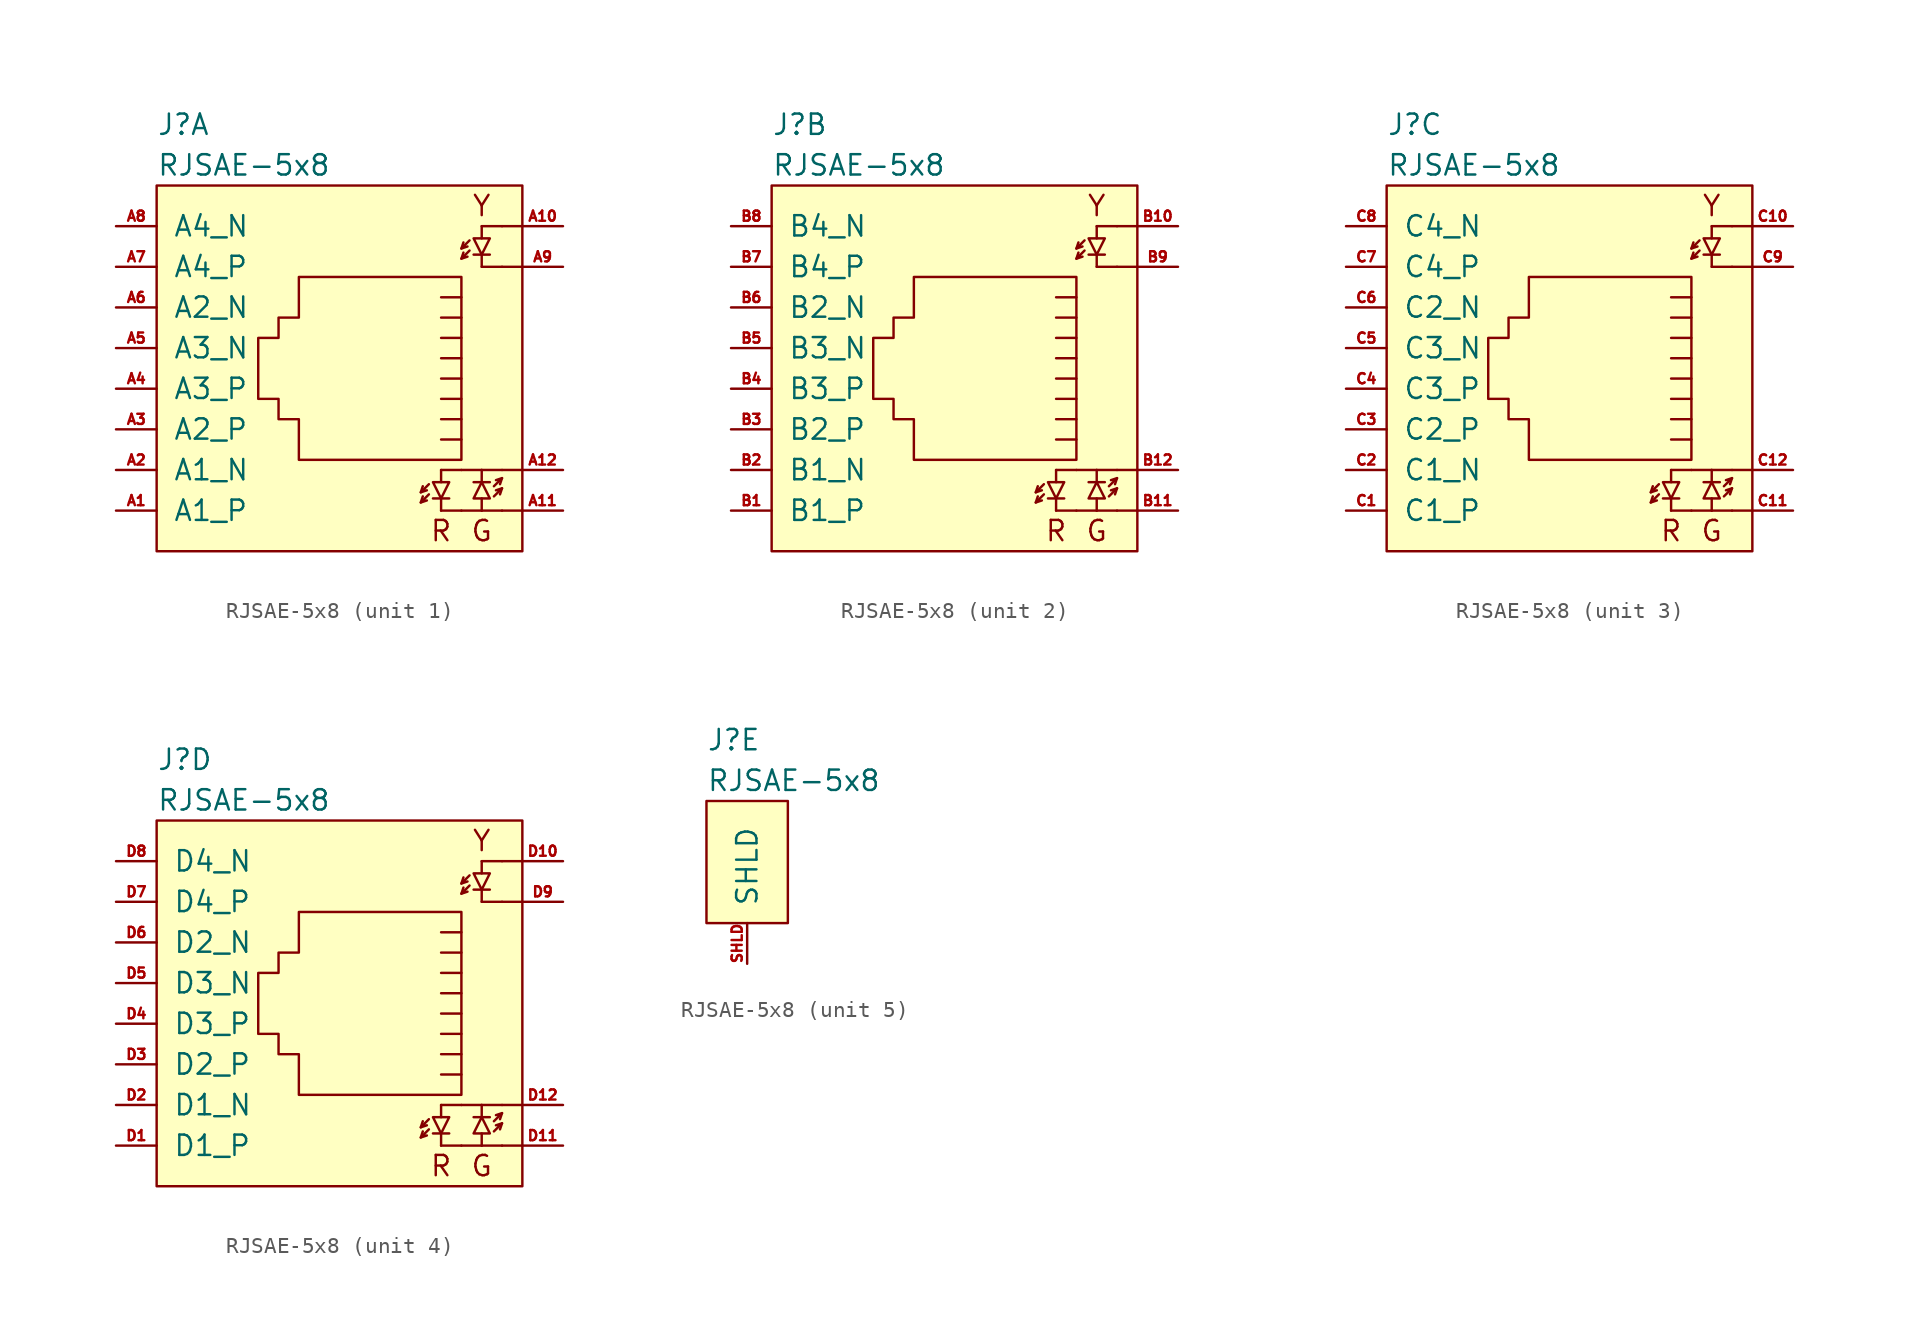
<source format=kicad_sym>
(kicad_symbol_lib
  (version 20211014)
  (generator kicad_symbol_editor)
  (symbol "RJSAE-5x8"
    (pin_names
      (offset 1.016))
    (property "Reference" "J"
      (at 0 3.81 0)
      (effects (font (size 1.27 1.27)) (justify left)))
    (property "Value" "RJSAE-5x8"
      (at 0 1.27 0)
      (effects (font (size 1.27 1.27)) (justify left)))
    (property "ki_locked" ""
      (at 0 0 0)
      (effects (font (size 1.27 1.27))))
    (symbol "RJSAE-5x8_1_1"
      (polyline (pts (xy 16.51 -19.812) (xy 16.637 -19.431)) (stroke (width 0) (type default) (color 0 0 0 0)) (fill (type none)))
      (polyline (pts (xy 16.51 -19.177) (xy 16.637 -18.796)) (stroke (width 0) (type default) (color 0 0 0 0)) (fill (type none)))
      (polyline (pts (xy 17.78 -20.32) (xy 17.78 -19.558)) (stroke (width 0) (type default) (color 0 0 0 0)) (fill (type none)))
      (polyline (pts (xy 17.78 -17.78) (xy 17.78 -18.542)) (stroke (width 0) (type default) (color 0 0 0 0)) (fill (type none)))
      (polyline (pts (xy 17.78 -15.875) (xy 19.05 -15.875)) (stroke (width 0) (type default) (color 0 0 0 0)) (fill (type none)))
      (polyline (pts (xy 17.78 -14.605) (xy 19.05 -14.605)) (stroke (width 0) (type default) (color 0 0 0 0)) (fill (type none)))
      (polyline (pts (xy 18.288 -19.558) (xy 17.272 -19.558)) (stroke (width 0) (type default) (color 0 0 0 0)) (fill (type none)))
      (polyline (pts (xy 19.05 -20.32) (xy 17.78 -20.32)) (stroke (width 0) (type default) (color 0 0 0 0)) (fill (type none)))
      (polyline (pts (xy 19.05 -20.32) (xy 20.32 -20.32)) (stroke (width 0) (type default) (color 0 0 0 0)) (fill (type none)))
      (polyline (pts (xy 19.05 -17.78) (xy 17.78 -17.78)) (stroke (width 0) (type default) (color 0 0 0 0)) (fill (type none)))
      (polyline (pts (xy 19.05 -17.78) (xy 20.32 -17.78)) (stroke (width 0) (type default) (color 0 0 0 0)) (fill (type none)))
      (polyline (pts (xy 19.05 -4.572) (xy 19.177 -4.191)) (stroke (width 0) (type default) (color 0 0 0 0)) (fill (type none)))
      (polyline (pts (xy 19.05 -3.937) (xy 19.177 -3.556)) (stroke (width 0) (type default) (color 0 0 0 0)) (fill (type none)))
      (polyline (pts (xy 19.812 -18.542) (xy 20.828 -18.542)) (stroke (width 0) (type default) (color 0 0 0 0)) (fill (type none)))
      (polyline (pts (xy 20.32 -20.32) (xy 20.32 -19.558)) (stroke (width 0) (type default) (color 0 0 0 0)) (fill (type none)))
      (polyline (pts (xy 20.32 -17.78) (xy 20.32 -18.542)) (stroke (width 0) (type default) (color 0 0 0 0)) (fill (type none)))
      (polyline (pts (xy 20.32 -5.08) (xy 20.32 -4.318)) (stroke (width 0) (type default) (color 0 0 0 0)) (fill (type none)))
      (polyline (pts (xy 20.32 -2.54) (xy 20.32 -3.302)) (stroke (width 0) (type default) (color 0 0 0 0)) (fill (type none)))
      (polyline (pts (xy 20.828 -4.318) (xy 19.812 -4.318)) (stroke (width 0) (type default) (color 0 0 0 0)) (fill (type none)))
      (polyline (pts (xy 21.59 -20.32) (xy 20.32 -20.32)) (stroke (width 0) (type default) (color 0 0 0 0)) (fill (type none)))
      (polyline (pts (xy 21.59 -18.923) (xy 21.463 -19.304)) (stroke (width 0) (type default) (color 0 0 0 0)) (fill (type none)))
      (polyline (pts (xy 21.59 -18.288) (xy 21.463 -18.669)) (stroke (width 0) (type default) (color 0 0 0 0)) (fill (type none)))
      (polyline (pts (xy 21.59 -17.78) (xy 20.32 -17.78)) (stroke (width 0) (type default) (color 0 0 0 0)) (fill (type none)))
      (polyline (pts (xy 21.59 -5.08) (xy 20.32 -5.08)) (stroke (width 0) (type default) (color 0 0 0 0)) (fill (type none)))
      (polyline (pts (xy 21.59 -2.54) (xy 20.32 -2.54)) (stroke (width 0) (type default) (color 0 0 0 0)) (fill (type none)))
      (polyline (pts (xy 22.86 -20.32) (xy 21.59 -20.32)) (stroke (width 0) (type default) (color 0 0 0 0)) (fill (type none)))
      (polyline (pts (xy 22.86 -17.78) (xy 21.59 -17.78)) (stroke (width 0) (type default) (color 0 0 0 0)) (fill (type none)))
      (polyline (pts (xy 22.86 -5.08) (xy 21.59 -5.08)) (stroke (width 0) (type default) (color 0 0 0 0)) (fill (type none)))
      (polyline (pts (xy 22.86 -2.54) (xy 21.59 -2.54)) (stroke (width 0) (type default) (color 0 0 0 0)) (fill (type none)))
      (polyline (pts (xy 17.018 -19.304) (xy 16.51 -19.812) (xy 16.891 -19.685)) (stroke (width 0) (type default) (color 0 0 0 0)) (fill (type none)))
      (polyline (pts (xy 17.018 -18.669) (xy 16.51 -19.177) (xy 16.891 -19.05)) (stroke (width 0) (type default) (color 0 0 0 0)) (fill (type none)))
      (polyline (pts (xy 17.78 -13.335) (xy 19.05 -13.335) (xy 19.05 -13.335)) (stroke (width 0) (type default) (color 0 0 0 0)) (fill (type none)))
      (polyline (pts (xy 19.05 -12.065) (xy 17.78 -12.065) (xy 17.78 -12.065)) (stroke (width 0) (type default) (color 0 0 0 0)) (fill (type none)))
      (polyline (pts (xy 19.05 -10.795) (xy 17.78 -10.795) (xy 17.78 -10.795)) (stroke (width 0) (type default) (color 0 0 0 0)) (fill (type none)))
      (polyline (pts (xy 19.05 -9.525) (xy 17.78 -9.525) (xy 17.78 -9.525)) (stroke (width 0) (type default) (color 0 0 0 0)) (fill (type none)))
      (polyline (pts (xy 19.05 -8.255) (xy 17.78 -8.255) (xy 17.78 -8.255)) (stroke (width 0) (type default) (color 0 0 0 0)) (fill (type none)))
      (polyline (pts (xy 19.05 -6.985) (xy 17.78 -6.985) (xy 17.78 -6.985)) (stroke (width 0) (type default) (color 0 0 0 0)) (fill (type none)))
      (polyline (pts (xy 19.558 -4.064) (xy 19.05 -4.572) (xy 19.431 -4.445)) (stroke (width 0) (type default) (color 0 0 0 0)) (fill (type none)))
      (polyline (pts (xy 19.558 -3.429) (xy 19.05 -3.937) (xy 19.431 -3.81)) (stroke (width 0) (type default) (color 0 0 0 0)) (fill (type none)))
      (polyline (pts (xy 21.082 -19.431) (xy 21.59 -18.923) (xy 21.209 -19.05)) (stroke (width 0) (type default) (color 0 0 0 0)) (fill (type none)))
      (polyline (pts (xy 21.082 -18.796) (xy 21.59 -18.288) (xy 21.209 -18.415)) (stroke (width 0) (type default) (color 0 0 0 0)) (fill (type none)))
      (polyline (pts (xy 17.78 -19.558) (xy 18.288 -18.542) (xy 17.272 -18.542) (xy 17.78 -19.558)) (stroke (width 0) (type default) (color 0 0 0 0)) (fill (type none)))
      (polyline (pts (xy 20.32 -18.542) (xy 19.812 -19.558) (xy 20.828 -19.558) (xy 20.32 -18.542)) (stroke (width 0) (type default) (color 0 0 0 0)) (fill (type none)))
      (polyline (pts (xy 20.32 -4.318) (xy 20.828 -3.302) (xy 19.812 -3.302) (xy 20.32 -4.318)) (stroke (width 0) (type default) (color 0 0 0 0)) (fill (type none)))
      (polyline (pts (xy 19.05 -5.715) (xy 19.05 -17.145) (xy 8.89 -17.145) (xy 8.89 -14.605) (xy 7.62 -14.605) (xy 7.62 -13.335) (xy 6.35 -13.335) (xy 6.35 -9.525) (xy 7.62 -9.525) (xy 7.62 -8.255) (xy 8.89 -8.255) (xy 8.89 -5.715) (xy 19.05 -5.715) (xy 19.05 -5.715)) (stroke (width 0) (type default) (color 0 0 0 0)) (fill (type none)))
      (rectangle (start 0 0) (end 22.86 -22.86) (stroke (width 0) (type default) (color 0 0 0 0)) (fill (type background)))
      (text "G" (at 20.32 -21.59 0) (effects (font (size 1.27 1.27))))
      (text "R" (at 17.78 -21.59 0) (effects (font (size 1.27 1.27))))
      (text "Y" (at 20.32 -1.27 0) (effects (font (size 1.27 1.27))))
      (pin bidirectional line (at -2.54 -20.32 0) (length 2.54) (name "A1_P" (effects (font (size 1.27 1.27)))) (number "A1" (effects (font (size 0.635 0.635)))))
      (pin bidirectional line (at 25.4 -2.54 180) (length 2.54) (name "~" (effects (font (size 1.27 1.27)))) (number "A10" (effects (font (size 0.635 0.635)))))
      (pin bidirectional line (at 25.4 -20.32 180) (length 2.54) (name "~" (effects (font (size 1.27 1.27)))) (number "A11" (effects (font (size 0.635 0.635)))))
      (pin bidirectional line (at 25.4 -17.78 180) (length 2.54) (name "~" (effects (font (size 1.27 1.27)))) (number "A12" (effects (font (size 0.635 0.635)))))
      (pin bidirectional line (at -2.54 -17.78 0) (length 2.54) (name "A1_N" (effects (font (size 1.27 1.27)))) (number "A2" (effects (font (size 0.635 0.635)))))
      (pin bidirectional line (at -2.54 -15.24 0) (length 2.54) (name "A2_P" (effects (font (size 1.27 1.27)))) (number "A3" (effects (font (size 0.635 0.635)))))
      (pin bidirectional line (at -2.54 -12.7 0) (length 2.54) (name "A3_P" (effects (font (size 1.27 1.27)))) (number "A4" (effects (font (size 0.635 0.635)))))
      (pin bidirectional line (at -2.54 -10.16 0) (length 2.54) (name "A3_N" (effects (font (size 1.27 1.27)))) (number "A5" (effects (font (size 0.635 0.635)))))
      (pin bidirectional line (at -2.54 -7.62 0) (length 2.54) (name "A2_N" (effects (font (size 1.27 1.27)))) (number "A6" (effects (font (size 0.635 0.635)))))
      (pin bidirectional line (at -2.54 -5.08 0) (length 2.54) (name "A4_P" (effects (font (size 1.27 1.27)))) (number "A7" (effects (font (size 0.635 0.635)))))
      (pin bidirectional line (at -2.54 -2.54 0) (length 2.54) (name "A4_N" (effects (font (size 1.27 1.27)))) (number "A8" (effects (font (size 0.635 0.635)))))
      (pin bidirectional line (at 25.4 -5.08 180) (length 2.54) (name "~" (effects (font (size 1.27 1.27)))) (number "A9" (effects (font (size 0.635 0.635))))))
    (symbol "RJSAE-5x8_2_1"
      (polyline (pts (xy 16.51 -19.812) (xy 16.637 -19.431)) (stroke (width 0) (type default) (color 0 0 0 0)) (fill (type none)))
      (polyline (pts (xy 16.51 -19.177) (xy 16.637 -18.796)) (stroke (width 0) (type default) (color 0 0 0 0)) (fill (type none)))
      (polyline (pts (xy 17.78 -20.32) (xy 17.78 -19.558)) (stroke (width 0) (type default) (color 0 0 0 0)) (fill (type none)))
      (polyline (pts (xy 17.78 -17.78) (xy 17.78 -18.542)) (stroke (width 0) (type default) (color 0 0 0 0)) (fill (type none)))
      (polyline (pts (xy 17.78 -15.875) (xy 19.05 -15.875)) (stroke (width 0) (type default) (color 0 0 0 0)) (fill (type none)))
      (polyline (pts (xy 17.78 -14.605) (xy 19.05 -14.605)) (stroke (width 0) (type default) (color 0 0 0 0)) (fill (type none)))
      (polyline (pts (xy 18.288 -19.558) (xy 17.272 -19.558)) (stroke (width 0) (type default) (color 0 0 0 0)) (fill (type none)))
      (polyline (pts (xy 19.05 -20.32) (xy 17.78 -20.32)) (stroke (width 0) (type default) (color 0 0 0 0)) (fill (type none)))
      (polyline (pts (xy 19.05 -20.32) (xy 20.32 -20.32)) (stroke (width 0) (type default) (color 0 0 0 0)) (fill (type none)))
      (polyline (pts (xy 19.05 -17.78) (xy 17.78 -17.78)) (stroke (width 0) (type default) (color 0 0 0 0)) (fill (type none)))
      (polyline (pts (xy 19.05 -17.78) (xy 20.32 -17.78)) (stroke (width 0) (type default) (color 0 0 0 0)) (fill (type none)))
      (polyline (pts (xy 19.05 -4.572) (xy 19.177 -4.191)) (stroke (width 0) (type default) (color 0 0 0 0)) (fill (type none)))
      (polyline (pts (xy 19.05 -3.937) (xy 19.177 -3.556)) (stroke (width 0) (type default) (color 0 0 0 0)) (fill (type none)))
      (polyline (pts (xy 19.812 -18.542) (xy 20.828 -18.542)) (stroke (width 0) (type default) (color 0 0 0 0)) (fill (type none)))
      (polyline (pts (xy 20.32 -20.32) (xy 20.32 -19.558)) (stroke (width 0) (type default) (color 0 0 0 0)) (fill (type none)))
      (polyline (pts (xy 20.32 -17.78) (xy 20.32 -18.542)) (stroke (width 0) (type default) (color 0 0 0 0)) (fill (type none)))
      (polyline (pts (xy 20.32 -5.08) (xy 20.32 -4.318)) (stroke (width 0) (type default) (color 0 0 0 0)) (fill (type none)))
      (polyline (pts (xy 20.32 -2.54) (xy 20.32 -3.302)) (stroke (width 0) (type default) (color 0 0 0 0)) (fill (type none)))
      (polyline (pts (xy 20.828 -4.318) (xy 19.812 -4.318)) (stroke (width 0) (type default) (color 0 0 0 0)) (fill (type none)))
      (polyline (pts (xy 21.59 -20.32) (xy 20.32 -20.32)) (stroke (width 0) (type default) (color 0 0 0 0)) (fill (type none)))
      (polyline (pts (xy 21.59 -18.923) (xy 21.463 -19.304)) (stroke (width 0) (type default) (color 0 0 0 0)) (fill (type none)))
      (polyline (pts (xy 21.59 -18.288) (xy 21.463 -18.669)) (stroke (width 0) (type default) (color 0 0 0 0)) (fill (type none)))
      (polyline (pts (xy 21.59 -17.78) (xy 20.32 -17.78)) (stroke (width 0) (type default) (color 0 0 0 0)) (fill (type none)))
      (polyline (pts (xy 21.59 -5.08) (xy 20.32 -5.08)) (stroke (width 0) (type default) (color 0 0 0 0)) (fill (type none)))
      (polyline (pts (xy 21.59 -2.54) (xy 20.32 -2.54)) (stroke (width 0) (type default) (color 0 0 0 0)) (fill (type none)))
      (polyline (pts (xy 22.86 -20.32) (xy 21.59 -20.32)) (stroke (width 0) (type default) (color 0 0 0 0)) (fill (type none)))
      (polyline (pts (xy 22.86 -17.78) (xy 21.59 -17.78)) (stroke (width 0) (type default) (color 0 0 0 0)) (fill (type none)))
      (polyline (pts (xy 22.86 -5.08) (xy 21.59 -5.08)) (stroke (width 0) (type default) (color 0 0 0 0)) (fill (type none)))
      (polyline (pts (xy 22.86 -2.54) (xy 21.59 -2.54)) (stroke (width 0) (type default) (color 0 0 0 0)) (fill (type none)))
      (polyline (pts (xy 17.018 -19.304) (xy 16.51 -19.812) (xy 16.891 -19.685)) (stroke (width 0) (type default) (color 0 0 0 0)) (fill (type none)))
      (polyline (pts (xy 17.018 -18.669) (xy 16.51 -19.177) (xy 16.891 -19.05)) (stroke (width 0) (type default) (color 0 0 0 0)) (fill (type none)))
      (polyline (pts (xy 17.78 -13.335) (xy 19.05 -13.335) (xy 19.05 -13.335)) (stroke (width 0) (type default) (color 0 0 0 0)) (fill (type none)))
      (polyline (pts (xy 19.05 -12.065) (xy 17.78 -12.065) (xy 17.78 -12.065)) (stroke (width 0) (type default) (color 0 0 0 0)) (fill (type none)))
      (polyline (pts (xy 19.05 -10.795) (xy 17.78 -10.795) (xy 17.78 -10.795)) (stroke (width 0) (type default) (color 0 0 0 0)) (fill (type none)))
      (polyline (pts (xy 19.05 -9.525) (xy 17.78 -9.525) (xy 17.78 -9.525)) (stroke (width 0) (type default) (color 0 0 0 0)) (fill (type none)))
      (polyline (pts (xy 19.05 -8.255) (xy 17.78 -8.255) (xy 17.78 -8.255)) (stroke (width 0) (type default) (color 0 0 0 0)) (fill (type none)))
      (polyline (pts (xy 19.05 -6.985) (xy 17.78 -6.985) (xy 17.78 -6.985)) (stroke (width 0) (type default) (color 0 0 0 0)) (fill (type none)))
      (polyline (pts (xy 19.558 -4.064) (xy 19.05 -4.572) (xy 19.431 -4.445)) (stroke (width 0) (type default) (color 0 0 0 0)) (fill (type none)))
      (polyline (pts (xy 19.558 -3.429) (xy 19.05 -3.937) (xy 19.431 -3.81)) (stroke (width 0) (type default) (color 0 0 0 0)) (fill (type none)))
      (polyline (pts (xy 21.082 -19.431) (xy 21.59 -18.923) (xy 21.209 -19.05)) (stroke (width 0) (type default) (color 0 0 0 0)) (fill (type none)))
      (polyline (pts (xy 21.082 -18.796) (xy 21.59 -18.288) (xy 21.209 -18.415)) (stroke (width 0) (type default) (color 0 0 0 0)) (fill (type none)))
      (polyline (pts (xy 17.78 -19.558) (xy 18.288 -18.542) (xy 17.272 -18.542) (xy 17.78 -19.558)) (stroke (width 0) (type default) (color 0 0 0 0)) (fill (type none)))
      (polyline (pts (xy 20.32 -18.542) (xy 19.812 -19.558) (xy 20.828 -19.558) (xy 20.32 -18.542)) (stroke (width 0) (type default) (color 0 0 0 0)) (fill (type none)))
      (polyline (pts (xy 20.32 -4.318) (xy 20.828 -3.302) (xy 19.812 -3.302) (xy 20.32 -4.318)) (stroke (width 0) (type default) (color 0 0 0 0)) (fill (type none)))
      (polyline (pts (xy 19.05 -5.715) (xy 19.05 -17.145) (xy 8.89 -17.145) (xy 8.89 -14.605) (xy 7.62 -14.605) (xy 7.62 -13.335) (xy 6.35 -13.335) (xy 6.35 -9.525) (xy 7.62 -9.525) (xy 7.62 -8.255) (xy 8.89 -8.255) (xy 8.89 -5.715) (xy 19.05 -5.715) (xy 19.05 -5.715)) (stroke (width 0) (type default) (color 0 0 0 0)) (fill (type none)))
      (rectangle (start 0 0) (end 22.86 -22.86) (stroke (width 0) (type default) (color 0 0 0 0)) (fill (type background)))
      (text "G" (at 20.32 -21.59 0) (effects (font (size 1.27 1.27))))
      (text "R" (at 17.78 -21.59 0) (effects (font (size 1.27 1.27))))
      (text "Y" (at 20.32 -1.27 0) (effects (font (size 1.27 1.27))))
      (pin bidirectional line (at -2.54 -20.32 0) (length 2.54) (name "B1_P" (effects (font (size 1.27 1.27)))) (number "B1" (effects (font (size 0.635 0.635)))))
      (pin bidirectional line (at 25.4 -2.54 180) (length 2.54) (name "~" (effects (font (size 1.27 1.27)))) (number "B10" (effects (font (size 0.635 0.635)))))
      (pin bidirectional line (at 25.4 -20.32 180) (length 2.54) (name "~" (effects (font (size 1.27 1.27)))) (number "B11" (effects (font (size 0.635 0.635)))))
      (pin bidirectional line (at 25.4 -17.78 180) (length 2.54) (name "~" (effects (font (size 1.27 1.27)))) (number "B12" (effects (font (size 0.635 0.635)))))
      (pin bidirectional line (at -2.54 -17.78 0) (length 2.54) (name "B1_N" (effects (font (size 1.27 1.27)))) (number "B2" (effects (font (size 0.635 0.635)))))
      (pin bidirectional line (at -2.54 -15.24 0) (length 2.54) (name "B2_P" (effects (font (size 1.27 1.27)))) (number "B3" (effects (font (size 0.635 0.635)))))
      (pin bidirectional line (at -2.54 -12.7 0) (length 2.54) (name "B3_P" (effects (font (size 1.27 1.27)))) (number "B4" (effects (font (size 0.635 0.635)))))
      (pin bidirectional line (at -2.54 -10.16 0) (length 2.54) (name "B3_N" (effects (font (size 1.27 1.27)))) (number "B5" (effects (font (size 0.635 0.635)))))
      (pin bidirectional line (at -2.54 -7.62 0) (length 2.54) (name "B2_N" (effects (font (size 1.27 1.27)))) (number "B6" (effects (font (size 0.635 0.635)))))
      (pin bidirectional line (at -2.54 -5.08 0) (length 2.54) (name "B4_P" (effects (font (size 1.27 1.27)))) (number "B7" (effects (font (size 0.635 0.635)))))
      (pin bidirectional line (at -2.54 -2.54 0) (length 2.54) (name "B4_N" (effects (font (size 1.27 1.27)))) (number "B8" (effects (font (size 0.635 0.635)))))
      (pin bidirectional line (at 25.4 -5.08 180) (length 2.54) (name "~" (effects (font (size 1.27 1.27)))) (number "B9" (effects (font (size 0.635 0.635))))))
    (symbol "RJSAE-5x8_3_1"
      (polyline (pts (xy 16.51 -19.812) (xy 16.637 -19.431)) (stroke (width 0) (type default) (color 0 0 0 0)) (fill (type none)))
      (polyline (pts (xy 16.51 -19.177) (xy 16.637 -18.796)) (stroke (width 0) (type default) (color 0 0 0 0)) (fill (type none)))
      (polyline (pts (xy 17.78 -20.32) (xy 17.78 -19.558)) (stroke (width 0) (type default) (color 0 0 0 0)) (fill (type none)))
      (polyline (pts (xy 17.78 -17.78) (xy 17.78 -18.542)) (stroke (width 0) (type default) (color 0 0 0 0)) (fill (type none)))
      (polyline (pts (xy 17.78 -15.875) (xy 19.05 -15.875)) (stroke (width 0) (type default) (color 0 0 0 0)) (fill (type none)))
      (polyline (pts (xy 17.78 -14.605) (xy 19.05 -14.605)) (stroke (width 0) (type default) (color 0 0 0 0)) (fill (type none)))
      (polyline (pts (xy 18.288 -19.558) (xy 17.272 -19.558)) (stroke (width 0) (type default) (color 0 0 0 0)) (fill (type none)))
      (polyline (pts (xy 19.05 -20.32) (xy 17.78 -20.32)) (stroke (width 0) (type default) (color 0 0 0 0)) (fill (type none)))
      (polyline (pts (xy 19.05 -20.32) (xy 20.32 -20.32)) (stroke (width 0) (type default) (color 0 0 0 0)) (fill (type none)))
      (polyline (pts (xy 19.05 -17.78) (xy 17.78 -17.78)) (stroke (width 0) (type default) (color 0 0 0 0)) (fill (type none)))
      (polyline (pts (xy 19.05 -17.78) (xy 20.32 -17.78)) (stroke (width 0) (type default) (color 0 0 0 0)) (fill (type none)))
      (polyline (pts (xy 19.05 -4.572) (xy 19.177 -4.191)) (stroke (width 0) (type default) (color 0 0 0 0)) (fill (type none)))
      (polyline (pts (xy 19.05 -3.937) (xy 19.177 -3.556)) (stroke (width 0) (type default) (color 0 0 0 0)) (fill (type none)))
      (polyline (pts (xy 19.812 -18.542) (xy 20.828 -18.542)) (stroke (width 0) (type default) (color 0 0 0 0)) (fill (type none)))
      (polyline (pts (xy 20.32 -20.32) (xy 20.32 -19.558)) (stroke (width 0) (type default) (color 0 0 0 0)) (fill (type none)))
      (polyline (pts (xy 20.32 -17.78) (xy 20.32 -18.542)) (stroke (width 0) (type default) (color 0 0 0 0)) (fill (type none)))
      (polyline (pts (xy 20.32 -5.08) (xy 20.32 -4.318)) (stroke (width 0) (type default) (color 0 0 0 0)) (fill (type none)))
      (polyline (pts (xy 20.32 -2.54) (xy 20.32 -3.302)) (stroke (width 0) (type default) (color 0 0 0 0)) (fill (type none)))
      (polyline (pts (xy 20.828 -4.318) (xy 19.812 -4.318)) (stroke (width 0) (type default) (color 0 0 0 0)) (fill (type none)))
      (polyline (pts (xy 21.59 -20.32) (xy 20.32 -20.32)) (stroke (width 0) (type default) (color 0 0 0 0)) (fill (type none)))
      (polyline (pts (xy 21.59 -18.923) (xy 21.463 -19.304)) (stroke (width 0) (type default) (color 0 0 0 0)) (fill (type none)))
      (polyline (pts (xy 21.59 -18.288) (xy 21.463 -18.669)) (stroke (width 0) (type default) (color 0 0 0 0)) (fill (type none)))
      (polyline (pts (xy 21.59 -17.78) (xy 20.32 -17.78)) (stroke (width 0) (type default) (color 0 0 0 0)) (fill (type none)))
      (polyline (pts (xy 21.59 -5.08) (xy 20.32 -5.08)) (stroke (width 0) (type default) (color 0 0 0 0)) (fill (type none)))
      (polyline (pts (xy 21.59 -2.54) (xy 20.32 -2.54)) (stroke (width 0) (type default) (color 0 0 0 0)) (fill (type none)))
      (polyline (pts (xy 22.86 -20.32) (xy 21.59 -20.32)) (stroke (width 0) (type default) (color 0 0 0 0)) (fill (type none)))
      (polyline (pts (xy 22.86 -17.78) (xy 21.59 -17.78)) (stroke (width 0) (type default) (color 0 0 0 0)) (fill (type none)))
      (polyline (pts (xy 22.86 -5.08) (xy 21.59 -5.08)) (stroke (width 0) (type default) (color 0 0 0 0)) (fill (type none)))
      (polyline (pts (xy 22.86 -2.54) (xy 21.59 -2.54)) (stroke (width 0) (type default) (color 0 0 0 0)) (fill (type none)))
      (polyline (pts (xy 17.018 -19.304) (xy 16.51 -19.812) (xy 16.891 -19.685)) (stroke (width 0) (type default) (color 0 0 0 0)) (fill (type none)))
      (polyline (pts (xy 17.018 -18.669) (xy 16.51 -19.177) (xy 16.891 -19.05)) (stroke (width 0) (type default) (color 0 0 0 0)) (fill (type none)))
      (polyline (pts (xy 17.78 -13.335) (xy 19.05 -13.335) (xy 19.05 -13.335)) (stroke (width 0) (type default) (color 0 0 0 0)) (fill (type none)))
      (polyline (pts (xy 19.05 -12.065) (xy 17.78 -12.065) (xy 17.78 -12.065)) (stroke (width 0) (type default) (color 0 0 0 0)) (fill (type none)))
      (polyline (pts (xy 19.05 -10.795) (xy 17.78 -10.795) (xy 17.78 -10.795)) (stroke (width 0) (type default) (color 0 0 0 0)) (fill (type none)))
      (polyline (pts (xy 19.05 -9.525) (xy 17.78 -9.525) (xy 17.78 -9.525)) (stroke (width 0) (type default) (color 0 0 0 0)) (fill (type none)))
      (polyline (pts (xy 19.05 -8.255) (xy 17.78 -8.255) (xy 17.78 -8.255)) (stroke (width 0) (type default) (color 0 0 0 0)) (fill (type none)))
      (polyline (pts (xy 19.05 -6.985) (xy 17.78 -6.985) (xy 17.78 -6.985)) (stroke (width 0) (type default) (color 0 0 0 0)) (fill (type none)))
      (polyline (pts (xy 19.558 -4.064) (xy 19.05 -4.572) (xy 19.431 -4.445)) (stroke (width 0) (type default) (color 0 0 0 0)) (fill (type none)))
      (polyline (pts (xy 19.558 -3.429) (xy 19.05 -3.937) (xy 19.431 -3.81)) (stroke (width 0) (type default) (color 0 0 0 0)) (fill (type none)))
      (polyline (pts (xy 21.082 -19.431) (xy 21.59 -18.923) (xy 21.209 -19.05)) (stroke (width 0) (type default) (color 0 0 0 0)) (fill (type none)))
      (polyline (pts (xy 21.082 -18.796) (xy 21.59 -18.288) (xy 21.209 -18.415)) (stroke (width 0) (type default) (color 0 0 0 0)) (fill (type none)))
      (polyline (pts (xy 17.78 -19.558) (xy 18.288 -18.542) (xy 17.272 -18.542) (xy 17.78 -19.558)) (stroke (width 0) (type default) (color 0 0 0 0)) (fill (type none)))
      (polyline (pts (xy 20.32 -18.542) (xy 19.812 -19.558) (xy 20.828 -19.558) (xy 20.32 -18.542)) (stroke (width 0) (type default) (color 0 0 0 0)) (fill (type none)))
      (polyline (pts (xy 20.32 -4.318) (xy 20.828 -3.302) (xy 19.812 -3.302) (xy 20.32 -4.318)) (stroke (width 0) (type default) (color 0 0 0 0)) (fill (type none)))
      (polyline (pts (xy 19.05 -5.715) (xy 19.05 -17.145) (xy 8.89 -17.145) (xy 8.89 -14.605) (xy 7.62 -14.605) (xy 7.62 -13.335) (xy 6.35 -13.335) (xy 6.35 -9.525) (xy 7.62 -9.525) (xy 7.62 -8.255) (xy 8.89 -8.255) (xy 8.89 -5.715) (xy 19.05 -5.715) (xy 19.05 -5.715)) (stroke (width 0) (type default) (color 0 0 0 0)) (fill (type none)))
      (rectangle (start 0 0) (end 22.86 -22.86) (stroke (width 0) (type default) (color 0 0 0 0)) (fill (type background)))
      (text "G" (at 20.32 -21.59 0) (effects (font (size 1.27 1.27))))
      (text "R" (at 17.78 -21.59 0) (effects (font (size 1.27 1.27))))
      (text "Y" (at 20.32 -1.27 0) (effects (font (size 1.27 1.27))))
      (pin bidirectional line (at -2.54 -20.32 0) (length 2.54) (name "C1_P" (effects (font (size 1.27 1.27)))) (number "C1" (effects (font (size 0.635 0.635)))))
      (pin bidirectional line (at 25.4 -2.54 180) (length 2.54) (name "~" (effects (font (size 1.27 1.27)))) (number "C10" (effects (font (size 0.635 0.635)))))
      (pin bidirectional line (at 25.4 -20.32 180) (length 2.54) (name "~" (effects (font (size 1.27 1.27)))) (number "C11" (effects (font (size 0.635 0.635)))))
      (pin bidirectional line (at 25.4 -17.78 180) (length 2.54) (name "~" (effects (font (size 1.27 1.27)))) (number "C12" (effects (font (size 0.635 0.635)))))
      (pin bidirectional line (at -2.54 -17.78 0) (length 2.54) (name "C1_N" (effects (font (size 1.27 1.27)))) (number "C2" (effects (font (size 0.635 0.635)))))
      (pin bidirectional line (at -2.54 -15.24 0) (length 2.54) (name "C2_P" (effects (font (size 1.27 1.27)))) (number "C3" (effects (font (size 0.635 0.635)))))
      (pin bidirectional line (at -2.54 -12.7 0) (length 2.54) (name "C3_P" (effects (font (size 1.27 1.27)))) (number "C4" (effects (font (size 0.635 0.635)))))
      (pin bidirectional line (at -2.54 -10.16 0) (length 2.54) (name "C3_N" (effects (font (size 1.27 1.27)))) (number "C5" (effects (font (size 0.635 0.635)))))
      (pin bidirectional line (at -2.54 -7.62 0) (length 2.54) (name "C2_N" (effects (font (size 1.27 1.27)))) (number "C6" (effects (font (size 0.635 0.635)))))
      (pin bidirectional line (at -2.54 -5.08 0) (length 2.54) (name "C4_P" (effects (font (size 1.27 1.27)))) (number "C7" (effects (font (size 0.635 0.635)))))
      (pin bidirectional line (at -2.54 -2.54 0) (length 2.54) (name "C4_N" (effects (font (size 1.27 1.27)))) (number "C8" (effects (font (size 0.635 0.635)))))
      (pin bidirectional line (at 25.4 -5.08 180) (length 2.54) (name "~" (effects (font (size 1.27 1.27)))) (number "C9" (effects (font (size 0.635 0.635))))))
    (symbol "RJSAE-5x8_4_1"
      (polyline (pts (xy 16.51 -19.812) (xy 16.637 -19.431)) (stroke (width 0) (type default) (color 0 0 0 0)) (fill (type none)))
      (polyline (pts (xy 16.51 -19.177) (xy 16.637 -18.796)) (stroke (width 0) (type default) (color 0 0 0 0)) (fill (type none)))
      (polyline (pts (xy 17.78 -20.32) (xy 17.78 -19.558)) (stroke (width 0) (type default) (color 0 0 0 0)) (fill (type none)))
      (polyline (pts (xy 17.78 -17.78) (xy 17.78 -18.542)) (stroke (width 0) (type default) (color 0 0 0 0)) (fill (type none)))
      (polyline (pts (xy 17.78 -15.875) (xy 19.05 -15.875)) (stroke (width 0) (type default) (color 0 0 0 0)) (fill (type none)))
      (polyline (pts (xy 17.78 -14.605) (xy 19.05 -14.605)) (stroke (width 0) (type default) (color 0 0 0 0)) (fill (type none)))
      (polyline (pts (xy 18.288 -19.558) (xy 17.272 -19.558)) (stroke (width 0) (type default) (color 0 0 0 0)) (fill (type none)))
      (polyline (pts (xy 19.05 -20.32) (xy 17.78 -20.32)) (stroke (width 0) (type default) (color 0 0 0 0)) (fill (type none)))
      (polyline (pts (xy 19.05 -20.32) (xy 20.32 -20.32)) (stroke (width 0) (type default) (color 0 0 0 0)) (fill (type none)))
      (polyline (pts (xy 19.05 -17.78) (xy 17.78 -17.78)) (stroke (width 0) (type default) (color 0 0 0 0)) (fill (type none)))
      (polyline (pts (xy 19.05 -17.78) (xy 20.32 -17.78)) (stroke (width 0) (type default) (color 0 0 0 0)) (fill (type none)))
      (polyline (pts (xy 19.05 -4.572) (xy 19.177 -4.191)) (stroke (width 0) (type default) (color 0 0 0 0)) (fill (type none)))
      (polyline (pts (xy 19.05 -3.937) (xy 19.177 -3.556)) (stroke (width 0) (type default) (color 0 0 0 0)) (fill (type none)))
      (polyline (pts (xy 19.812 -18.542) (xy 20.828 -18.542)) (stroke (width 0) (type default) (color 0 0 0 0)) (fill (type none)))
      (polyline (pts (xy 20.32 -20.32) (xy 20.32 -19.558)) (stroke (width 0) (type default) (color 0 0 0 0)) (fill (type none)))
      (polyline (pts (xy 20.32 -17.78) (xy 20.32 -18.542)) (stroke (width 0) (type default) (color 0 0 0 0)) (fill (type none)))
      (polyline (pts (xy 20.32 -5.08) (xy 20.32 -4.318)) (stroke (width 0) (type default) (color 0 0 0 0)) (fill (type none)))
      (polyline (pts (xy 20.32 -2.54) (xy 20.32 -3.302)) (stroke (width 0) (type default) (color 0 0 0 0)) (fill (type none)))
      (polyline (pts (xy 20.828 -4.318) (xy 19.812 -4.318)) (stroke (width 0) (type default) (color 0 0 0 0)) (fill (type none)))
      (polyline (pts (xy 21.59 -20.32) (xy 20.32 -20.32)) (stroke (width 0) (type default) (color 0 0 0 0)) (fill (type none)))
      (polyline (pts (xy 21.59 -18.923) (xy 21.463 -19.304)) (stroke (width 0) (type default) (color 0 0 0 0)) (fill (type none)))
      (polyline (pts (xy 21.59 -18.288) (xy 21.463 -18.669)) (stroke (width 0) (type default) (color 0 0 0 0)) (fill (type none)))
      (polyline (pts (xy 21.59 -17.78) (xy 20.32 -17.78)) (stroke (width 0) (type default) (color 0 0 0 0)) (fill (type none)))
      (polyline (pts (xy 21.59 -5.08) (xy 20.32 -5.08)) (stroke (width 0) (type default) (color 0 0 0 0)) (fill (type none)))
      (polyline (pts (xy 21.59 -2.54) (xy 20.32 -2.54)) (stroke (width 0) (type default) (color 0 0 0 0)) (fill (type none)))
      (polyline (pts (xy 22.86 -20.32) (xy 21.59 -20.32)) (stroke (width 0) (type default) (color 0 0 0 0)) (fill (type none)))
      (polyline (pts (xy 22.86 -17.78) (xy 21.59 -17.78)) (stroke (width 0) (type default) (color 0 0 0 0)) (fill (type none)))
      (polyline (pts (xy 22.86 -5.08) (xy 21.59 -5.08)) (stroke (width 0) (type default) (color 0 0 0 0)) (fill (type none)))
      (polyline (pts (xy 22.86 -2.54) (xy 21.59 -2.54)) (stroke (width 0) (type default) (color 0 0 0 0)) (fill (type none)))
      (polyline (pts (xy 17.018 -19.304) (xy 16.51 -19.812) (xy 16.891 -19.685)) (stroke (width 0) (type default) (color 0 0 0 0)) (fill (type none)))
      (polyline (pts (xy 17.018 -18.669) (xy 16.51 -19.177) (xy 16.891 -19.05)) (stroke (width 0) (type default) (color 0 0 0 0)) (fill (type none)))
      (polyline (pts (xy 17.78 -13.335) (xy 19.05 -13.335) (xy 19.05 -13.335)) (stroke (width 0) (type default) (color 0 0 0 0)) (fill (type none)))
      (polyline (pts (xy 19.05 -12.065) (xy 17.78 -12.065) (xy 17.78 -12.065)) (stroke (width 0) (type default) (color 0 0 0 0)) (fill (type none)))
      (polyline (pts (xy 19.05 -10.795) (xy 17.78 -10.795) (xy 17.78 -10.795)) (stroke (width 0) (type default) (color 0 0 0 0)) (fill (type none)))
      (polyline (pts (xy 19.05 -9.525) (xy 17.78 -9.525) (xy 17.78 -9.525)) (stroke (width 0) (type default) (color 0 0 0 0)) (fill (type none)))
      (polyline (pts (xy 19.05 -8.255) (xy 17.78 -8.255) (xy 17.78 -8.255)) (stroke (width 0) (type default) (color 0 0 0 0)) (fill (type none)))
      (polyline (pts (xy 19.05 -6.985) (xy 17.78 -6.985) (xy 17.78 -6.985)) (stroke (width 0) (type default) (color 0 0 0 0)) (fill (type none)))
      (polyline (pts (xy 19.558 -4.064) (xy 19.05 -4.572) (xy 19.431 -4.445)) (stroke (width 0) (type default) (color 0 0 0 0)) (fill (type none)))
      (polyline (pts (xy 19.558 -3.429) (xy 19.05 -3.937) (xy 19.431 -3.81)) (stroke (width 0) (type default) (color 0 0 0 0)) (fill (type none)))
      (polyline (pts (xy 21.082 -19.431) (xy 21.59 -18.923) (xy 21.209 -19.05)) (stroke (width 0) (type default) (color 0 0 0 0)) (fill (type none)))
      (polyline (pts (xy 21.082 -18.796) (xy 21.59 -18.288) (xy 21.209 -18.415)) (stroke (width 0) (type default) (color 0 0 0 0)) (fill (type none)))
      (polyline (pts (xy 17.78 -19.558) (xy 18.288 -18.542) (xy 17.272 -18.542) (xy 17.78 -19.558)) (stroke (width 0) (type default) (color 0 0 0 0)) (fill (type none)))
      (polyline (pts (xy 20.32 -18.542) (xy 19.812 -19.558) (xy 20.828 -19.558) (xy 20.32 -18.542)) (stroke (width 0) (type default) (color 0 0 0 0)) (fill (type none)))
      (polyline (pts (xy 20.32 -4.318) (xy 20.828 -3.302) (xy 19.812 -3.302) (xy 20.32 -4.318)) (stroke (width 0) (type default) (color 0 0 0 0)) (fill (type none)))
      (polyline (pts (xy 19.05 -5.715) (xy 19.05 -17.145) (xy 8.89 -17.145) (xy 8.89 -14.605) (xy 7.62 -14.605) (xy 7.62 -13.335) (xy 6.35 -13.335) (xy 6.35 -9.525) (xy 7.62 -9.525) (xy 7.62 -8.255) (xy 8.89 -8.255) (xy 8.89 -5.715) (xy 19.05 -5.715) (xy 19.05 -5.715)) (stroke (width 0) (type default) (color 0 0 0 0)) (fill (type none)))
      (rectangle (start 0 0) (end 22.86 -22.86) (stroke (width 0) (type default) (color 0 0 0 0)) (fill (type background)))
      (text "G" (at 20.32 -21.59 0) (effects (font (size 1.27 1.27))))
      (text "R" (at 17.78 -21.59 0) (effects (font (size 1.27 1.27))))
      (text "Y" (at 20.32 -1.27 0) (effects (font (size 1.27 1.27))))
      (pin bidirectional line (at -2.54 -20.32 0) (length 2.54) (name "D1_P" (effects (font (size 1.27 1.27)))) (number "D1" (effects (font (size 0.635 0.635)))))
      (pin bidirectional line (at 25.4 -2.54 180) (length 2.54) (name "~" (effects (font (size 1.27 1.27)))) (number "D10" (effects (font (size 0.635 0.635)))))
      (pin bidirectional line (at 25.4 -20.32 180) (length 2.54) (name "~" (effects (font (size 1.27 1.27)))) (number "D11" (effects (font (size 0.635 0.635)))))
      (pin bidirectional line (at 25.4 -17.78 180) (length 2.54) (name "~" (effects (font (size 1.27 1.27)))) (number "D12" (effects (font (size 0.635 0.635)))))
      (pin bidirectional line (at -2.54 -17.78 0) (length 2.54) (name "D1_N" (effects (font (size 1.27 1.27)))) (number "D2" (effects (font (size 0.635 0.635)))))
      (pin bidirectional line (at -2.54 -15.24 0) (length 2.54) (name "D2_P" (effects (font (size 1.27 1.27)))) (number "D3" (effects (font (size 0.635 0.635)))))
      (pin bidirectional line (at -2.54 -12.7 0) (length 2.54) (name "D3_P" (effects (font (size 1.27 1.27)))) (number "D4" (effects (font (size 0.635 0.635)))))
      (pin bidirectional line (at -2.54 -10.16 0) (length 2.54) (name "D3_N" (effects (font (size 1.27 1.27)))) (number "D5" (effects (font (size 0.635 0.635)))))
      (pin bidirectional line (at -2.54 -7.62 0) (length 2.54) (name "D2_N" (effects (font (size 1.27 1.27)))) (number "D6" (effects (font (size 0.635 0.635)))))
      (pin bidirectional line (at -2.54 -5.08 0) (length 2.54) (name "D4_P" (effects (font (size 1.27 1.27)))) (number "D7" (effects (font (size 0.635 0.635)))))
      (pin bidirectional line (at -2.54 -2.54 0) (length 2.54) (name "D4_N" (effects (font (size 1.27 1.27)))) (number "D8" (effects (font (size 0.635 0.635)))))
      (pin bidirectional line (at 25.4 -5.08 180) (length 2.54) (name "~" (effects (font (size 1.27 1.27)))) (number "D9" (effects (font (size 0.635 0.635))))))
    (symbol "RJSAE-5x8_5_1"
      (rectangle (start 0 0) (end 5.08 -7.62) (stroke (width 0) (type default) (color 0 0 0 0)) (fill (type background)))
      (pin passive line (at 2.54 -10.16 90) (length 2.54) (name "SHLD" (effects (font (size 1.27 1.27)))) (number "SHLD" (effects (font (size 0.635 0.635))))))))
</source>
